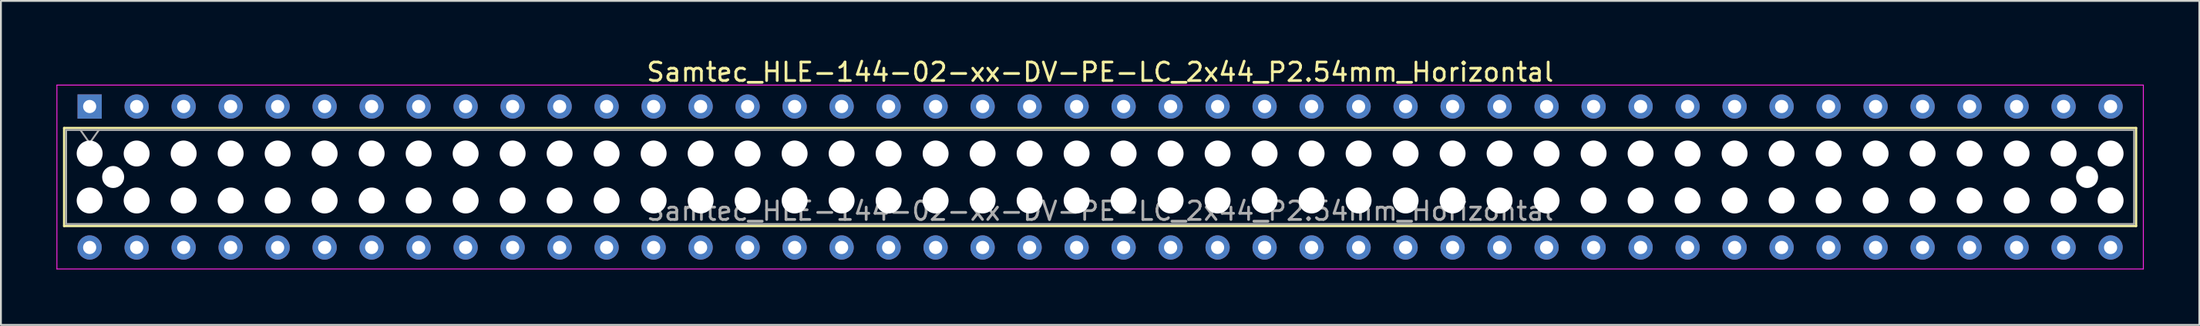
<source format=kicad_pcb>
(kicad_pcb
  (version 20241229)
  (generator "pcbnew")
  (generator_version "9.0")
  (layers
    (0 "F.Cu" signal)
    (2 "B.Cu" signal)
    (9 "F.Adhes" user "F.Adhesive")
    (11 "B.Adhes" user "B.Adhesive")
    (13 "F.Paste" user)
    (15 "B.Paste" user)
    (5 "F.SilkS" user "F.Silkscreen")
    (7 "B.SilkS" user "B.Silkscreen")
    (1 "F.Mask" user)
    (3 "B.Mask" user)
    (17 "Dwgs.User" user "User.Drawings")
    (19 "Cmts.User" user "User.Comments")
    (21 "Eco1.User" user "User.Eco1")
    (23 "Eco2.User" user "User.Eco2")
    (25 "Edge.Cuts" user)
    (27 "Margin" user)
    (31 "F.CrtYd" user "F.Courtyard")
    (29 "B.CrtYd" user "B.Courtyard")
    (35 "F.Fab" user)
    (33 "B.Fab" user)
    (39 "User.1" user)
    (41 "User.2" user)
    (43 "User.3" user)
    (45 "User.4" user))
  (footprint "Samtec_HLE-144-02-xx-DV-PE-LC_2x44_P2.54mm_Horizontal"
    (layer "F.Cu")
    (at 1.795 2.708)
    (property "Reference" "Samtec_HLE-144-02-xx-DV-PE-LC_2x44_P2.54mm_Horizontal" (at 54.61 -1.86 0) (layer "F.SilkS") (effects (font (size 1 1) (thickness 0.15))))
    (attr through_hole)
    (fp_line (start -1.38 1.16) (end 110.6 1.16) (stroke (width 0.12) (type solid)) (layer "F.SilkS"))
    (fp_line (start -1.38 6.46) (end -1.38 1.16) (stroke (width 0.12) (type solid)) (layer "F.SilkS"))
    (fp_line (start 110.6 1.16) (end 110.6 6.46) (stroke (width 0.12) (type solid)) (layer "F.SilkS"))
    (fp_line (start 110.6 6.46) (end -1.38 6.46) (stroke (width 0.12) (type solid)) (layer "F.SilkS"))
    (fp_line (start -1.77 -1.16) (end 110.99 -1.16) (stroke (width 0.05) (type solid)) (layer "F.CrtYd"))
    (fp_line (start -1.77 8.78) (end -1.77 -1.16) (stroke (width 0.05) (type solid)) (layer "F.CrtYd"))
    (fp_line (start 110.99 -1.16) (end 110.99 8.78) (stroke (width 0.05) (type solid)) (layer "F.CrtYd"))
    (fp_line (start 110.99 8.78) (end -1.77 8.78) (stroke (width 0.05) (type solid)) (layer "F.CrtYd"))
    (fp_line (start -1.27 1.27) (end 110.49 1.27) (stroke (width 0.1) (type solid)) (layer "F.Fab"))
    (fp_line (start -1.27 6.35) (end -1.27 1.27) (stroke (width 0.1) (type solid)) (layer "F.Fab"))
    (fp_line (start -0.5 1.27) (end 0 1.977) (stroke (width 0.1) (type solid)) (layer "F.Fab"))
    (fp_line (start 0 1.977) (end 0.5 1.27) (stroke (width 0.1) (type solid)) (layer "F.Fab"))
    (fp_line (start 110.49 1.27) (end 110.49 6.35) (stroke (width 0.1) (type solid)) (layer "F.Fab"))
    (fp_line (start 110.49 6.35) (end -1.27 6.35) (stroke (width 0.1) (type solid)) (layer "F.Fab"))
    (fp_text user "${REFERENCE}" (at 54.61 5.65 0) (layer "F.Fab") (effects (font (size 1 1) (thickness 0.15))))
    (pad "" np_thru_hole circle (at 0 2.54) (size 1.4 1.4) (drill 1.4) (layers "*.Cu" "*.Mask"))
    (pad "" np_thru_hole circle (at 0 5.08) (size 1.4 1.4) (drill 1.4) (layers "*.Cu" "*.Mask"))
    (pad "" np_thru_hole circle (at 1.27 3.81) (size 1.19 1.19) (drill 1.19) (layers "*.Cu" "*.Mask"))
    (pad "" np_thru_hole circle (at 2.54 2.54) (size 1.4 1.4) (drill 1.4) (layers "*.Cu" "*.Mask"))
    (pad "" np_thru_hole circle (at 2.54 5.08) (size 1.4 1.4) (drill 1.4) (layers "*.Cu" "*.Mask"))
    (pad "" np_thru_hole circle (at 5.08 2.54) (size 1.4 1.4) (drill 1.4) (layers "*.Cu" "*.Mask"))
    (pad "" np_thru_hole circle (at 5.08 5.08) (size 1.4 1.4) (drill 1.4) (layers "*.Cu" "*.Mask"))
    (pad "" np_thru_hole circle (at 7.62 2.54) (size 1.4 1.4) (drill 1.4) (layers "*.Cu" "*.Mask"))
    (pad "" np_thru_hole circle (at 7.62 5.08) (size 1.4 1.4) (drill 1.4) (layers "*.Cu" "*.Mask"))
    (pad "" np_thru_hole circle (at 10.16 2.54) (size 1.4 1.4) (drill 1.4) (layers "*.Cu" "*.Mask"))
    (pad "" np_thru_hole circle (at 10.16 5.08) (size 1.4 1.4) (drill 1.4) (layers "*.Cu" "*.Mask"))
    (pad "" np_thru_hole circle (at 12.7 2.54) (size 1.4 1.4) (drill 1.4) (layers "*.Cu" "*.Mask"))
    (pad "" np_thru_hole circle (at 12.7 5.08) (size 1.4 1.4) (drill 1.4) (layers "*.Cu" "*.Mask"))
    (pad "" np_thru_hole circle (at 15.24 2.54) (size 1.4 1.4) (drill 1.4) (layers "*.Cu" "*.Mask"))
    (pad "" np_thru_hole circle (at 15.24 5.08) (size 1.4 1.4) (drill 1.4) (layers "*.Cu" "*.Mask"))
    (pad "" np_thru_hole circle (at 17.78 2.54) (size 1.4 1.4) (drill 1.4) (layers "*.Cu" "*.Mask"))
    (pad "" np_thru_hole circle (at 17.78 5.08) (size 1.4 1.4) (drill 1.4) (layers "*.Cu" "*.Mask"))
    (pad "" np_thru_hole circle (at 20.32 2.54) (size 1.4 1.4) (drill 1.4) (layers "*.Cu" "*.Mask"))
    (pad "" np_thru_hole circle (at 20.32 5.08) (size 1.4 1.4) (drill 1.4) (layers "*.Cu" "*.Mask"))
    (pad "" np_thru_hole circle (at 22.86 2.54) (size 1.4 1.4) (drill 1.4) (layers "*.Cu" "*.Mask"))
    (pad "" np_thru_hole circle (at 22.86 5.08) (size 1.4 1.4) (drill 1.4) (layers "*.Cu" "*.Mask"))
    (pad "" np_thru_hole circle (at 25.4 2.54) (size 1.4 1.4) (drill 1.4) (layers "*.Cu" "*.Mask"))
    (pad "" np_thru_hole circle (at 25.4 5.08) (size 1.4 1.4) (drill 1.4) (layers "*.Cu" "*.Mask"))
    (pad "" np_thru_hole circle (at 27.94 2.54) (size 1.4 1.4) (drill 1.4) (layers "*.Cu" "*.Mask"))
    (pad "" np_thru_hole circle (at 27.94 5.08) (size 1.4 1.4) (drill 1.4) (layers "*.Cu" "*.Mask"))
    (pad "" np_thru_hole circle (at 30.48 2.54) (size 1.4 1.4) (drill 1.4) (layers "*.Cu" "*.Mask"))
    (pad "" np_thru_hole circle (at 30.48 5.08) (size 1.4 1.4) (drill 1.4) (layers "*.Cu" "*.Mask"))
    (pad "" np_thru_hole circle (at 33.02 2.54) (size 1.4 1.4) (drill 1.4) (layers "*.Cu" "*.Mask"))
    (pad "" np_thru_hole circle (at 33.02 5.08) (size 1.4 1.4) (drill 1.4) (layers "*.Cu" "*.Mask"))
    (pad "" np_thru_hole circle (at 35.56 2.54) (size 1.4 1.4) (drill 1.4) (layers "*.Cu" "*.Mask"))
    (pad "" np_thru_hole circle (at 35.56 5.08) (size 1.4 1.4) (drill 1.4) (layers "*.Cu" "*.Mask"))
    (pad "" np_thru_hole circle (at 38.1 2.54) (size 1.4 1.4) (drill 1.4) (layers "*.Cu" "*.Mask"))
    (pad "" np_thru_hole circle (at 38.1 5.08) (size 1.4 1.4) (drill 1.4) (layers "*.Cu" "*.Mask"))
    (pad "" np_thru_hole circle (at 40.64 2.54) (size 1.4 1.4) (drill 1.4) (layers "*.Cu" "*.Mask"))
    (pad "" np_thru_hole circle (at 40.64 5.08) (size 1.4 1.4) (drill 1.4) (layers "*.Cu" "*.Mask"))
    (pad "" np_thru_hole circle (at 43.18 2.54) (size 1.4 1.4) (drill 1.4) (layers "*.Cu" "*.Mask"))
    (pad "" np_thru_hole circle (at 43.18 5.08) (size 1.4 1.4) (drill 1.4) (layers "*.Cu" "*.Mask"))
    (pad "" np_thru_hole circle (at 45.72 2.54) (size 1.4 1.4) (drill 1.4) (layers "*.Cu" "*.Mask"))
    (pad "" np_thru_hole circle (at 45.72 5.08) (size 1.4 1.4) (drill 1.4) (layers "*.Cu" "*.Mask"))
    (pad "" np_thru_hole circle (at 48.26 2.54) (size 1.4 1.4) (drill 1.4) (layers "*.Cu" "*.Mask"))
    (pad "" np_thru_hole circle (at 48.26 5.08) (size 1.4 1.4) (drill 1.4) (layers "*.Cu" "*.Mask"))
    (pad "" np_thru_hole circle (at 50.8 2.54) (size 1.4 1.4) (drill 1.4) (layers "*.Cu" "*.Mask"))
    (pad "" np_thru_hole circle (at 50.8 5.08) (size 1.4 1.4) (drill 1.4) (layers "*.Cu" "*.Mask"))
    (pad "" np_thru_hole circle (at 53.34 2.54) (size 1.4 1.4) (drill 1.4) (layers "*.Cu" "*.Mask"))
    (pad "" np_thru_hole circle (at 53.34 5.08) (size 1.4 1.4) (drill 1.4) (layers "*.Cu" "*.Mask"))
    (pad "" np_thru_hole circle (at 55.88 2.54) (size 1.4 1.4) (drill 1.4) (layers "*.Cu" "*.Mask"))
    (pad "" np_thru_hole circle (at 55.88 5.08) (size 1.4 1.4) (drill 1.4) (layers "*.Cu" "*.Mask"))
    (pad "" np_thru_hole circle (at 58.42 2.54) (size 1.4 1.4) (drill 1.4) (layers "*.Cu" "*.Mask"))
    (pad "" np_thru_hole circle (at 58.42 5.08) (size 1.4 1.4) (drill 1.4) (layers "*.Cu" "*.Mask"))
    (pad "" np_thru_hole circle (at 60.96 2.54) (size 1.4 1.4) (drill 1.4) (layers "*.Cu" "*.Mask"))
    (pad "" np_thru_hole circle (at 60.96 5.08) (size 1.4 1.4) (drill 1.4) (layers "*.Cu" "*.Mask"))
    (pad "" np_thru_hole circle (at 63.5 2.54) (size 1.4 1.4) (drill 1.4) (layers "*.Cu" "*.Mask"))
    (pad "" np_thru_hole circle (at 63.5 5.08) (size 1.4 1.4) (drill 1.4) (layers "*.Cu" "*.Mask"))
    (pad "" np_thru_hole circle (at 66.04 2.54) (size 1.4 1.4) (drill 1.4) (layers "*.Cu" "*.Mask"))
    (pad "" np_thru_hole circle (at 66.04 5.08) (size 1.4 1.4) (drill 1.4) (layers "*.Cu" "*.Mask"))
    (pad "" np_thru_hole circle (at 68.58 2.54) (size 1.4 1.4) (drill 1.4) (layers "*.Cu" "*.Mask"))
    (pad "" np_thru_hole circle (at 68.58 5.08) (size 1.4 1.4) (drill 1.4) (layers "*.Cu" "*.Mask"))
    (pad "" np_thru_hole circle (at 71.12 2.54) (size 1.4 1.4) (drill 1.4) (layers "*.Cu" "*.Mask"))
    (pad "" np_thru_hole circle (at 71.12 5.08) (size 1.4 1.4) (drill 1.4) (layers "*.Cu" "*.Mask"))
    (pad "" np_thru_hole circle (at 73.66 2.54) (size 1.4 1.4) (drill 1.4) (layers "*.Cu" "*.Mask"))
    (pad "" np_thru_hole circle (at 73.66 5.08) (size 1.4 1.4) (drill 1.4) (layers "*.Cu" "*.Mask"))
    (pad "" np_thru_hole circle (at 76.2 2.54) (size 1.4 1.4) (drill 1.4) (layers "*.Cu" "*.Mask"))
    (pad "" np_thru_hole circle (at 76.2 5.08) (size 1.4 1.4) (drill 1.4) (layers "*.Cu" "*.Mask"))
    (pad "" np_thru_hole circle (at 78.74 2.54) (size 1.4 1.4) (drill 1.4) (layers "*.Cu" "*.Mask"))
    (pad "" np_thru_hole circle (at 78.74 5.08) (size 1.4 1.4) (drill 1.4) (layers "*.Cu" "*.Mask"))
    (pad "" np_thru_hole circle (at 81.28 2.54) (size 1.4 1.4) (drill 1.4) (layers "*.Cu" "*.Mask"))
    (pad "" np_thru_hole circle (at 81.28 5.08) (size 1.4 1.4) (drill 1.4) (layers "*.Cu" "*.Mask"))
    (pad "" np_thru_hole circle (at 83.82 2.54) (size 1.4 1.4) (drill 1.4) (layers "*.Cu" "*.Mask"))
    (pad "" np_thru_hole circle (at 83.82 5.08) (size 1.4 1.4) (drill 1.4) (layers "*.Cu" "*.Mask"))
    (pad "" np_thru_hole circle (at 86.36 2.54) (size 1.4 1.4) (drill 1.4) (layers "*.Cu" "*.Mask"))
    (pad "" np_thru_hole circle (at 86.36 5.08) (size 1.4 1.4) (drill 1.4) (layers "*.Cu" "*.Mask"))
    (pad "" np_thru_hole circle (at 88.9 2.54) (size 1.4 1.4) (drill 1.4) (layers "*.Cu" "*.Mask"))
    (pad "" np_thru_hole circle (at 88.9 5.08) (size 1.4 1.4) (drill 1.4) (layers "*.Cu" "*.Mask"))
    (pad "" np_thru_hole circle (at 91.44 2.54) (size 1.4 1.4) (drill 1.4) (layers "*.Cu" "*.Mask"))
    (pad "" np_thru_hole circle (at 91.44 5.08) (size 1.4 1.4) (drill 1.4) (layers "*.Cu" "*.Mask"))
    (pad "" np_thru_hole circle (at 93.98 2.54) (size 1.4 1.4) (drill 1.4) (layers "*.Cu" "*.Mask"))
    (pad "" np_thru_hole circle (at 93.98 5.08) (size 1.4 1.4) (drill 1.4) (layers "*.Cu" "*.Mask"))
    (pad "" np_thru_hole circle (at 96.52 2.54) (size 1.4 1.4) (drill 1.4) (layers "*.Cu" "*.Mask"))
    (pad "" np_thru_hole circle (at 96.52 5.08) (size 1.4 1.4) (drill 1.4) (layers "*.Cu" "*.Mask"))
    (pad "" np_thru_hole circle (at 99.06 2.54) (size 1.4 1.4) (drill 1.4) (layers "*.Cu" "*.Mask"))
    (pad "" np_thru_hole circle (at 99.06 5.08) (size 1.4 1.4) (drill 1.4) (layers "*.Cu" "*.Mask"))
    (pad "" np_thru_hole circle (at 101.6 2.54) (size 1.4 1.4) (drill 1.4) (layers "*.Cu" "*.Mask"))
    (pad "" np_thru_hole circle (at 101.6 5.08) (size 1.4 1.4) (drill 1.4) (layers "*.Cu" "*.Mask"))
    (pad "" np_thru_hole circle (at 104.14 2.54) (size 1.4 1.4) (drill 1.4) (layers "*.Cu" "*.Mask"))
    (pad "" np_thru_hole circle (at 104.14 5.08) (size 1.4 1.4) (drill 1.4) (layers "*.Cu" "*.Mask"))
    (pad "" np_thru_hole circle (at 106.68 2.54) (size 1.4 1.4) (drill 1.4) (layers "*.Cu" "*.Mask"))
    (pad "" np_thru_hole circle (at 106.68 5.08) (size 1.4 1.4) (drill 1.4) (layers "*.Cu" "*.Mask"))
    (pad "" np_thru_hole circle (at 107.95 3.81) (size 1.19 1.19) (drill 1.19) (layers "*.Cu" "*.Mask"))
    (pad "" np_thru_hole circle (at 109.22 2.54) (size 1.4 1.4) (drill 1.4) (layers "*.Cu" "*.Mask"))
    (pad "" np_thru_hole circle (at 109.22 5.08) (size 1.4 1.4) (drill 1.4) (layers "*.Cu" "*.Mask"))
    (pad "1" thru_hole rect (at 0 0) (size 1.31 1.31) (drill 0.71) (layers "*.Cu" "*.Mask"))
    (pad "2" thru_hole circle (at 0 7.62) (size 1.31 1.31) (drill 0.71) (layers "*.Cu" "*.Mask"))
    (pad "3" thru_hole circle (at 2.54 0) (size 1.31 1.31) (drill 0.71) (layers "*.Cu" "*.Mask"))
    (pad "4" thru_hole circle (at 2.54 7.62) (size 1.31 1.31) (drill 0.71) (layers "*.Cu" "*.Mask"))
    (pad "5" thru_hole circle (at 5.08 0) (size 1.31 1.31) (drill 0.71) (layers "*.Cu" "*.Mask"))
    (pad "6" thru_hole circle (at 5.08 7.62) (size 1.31 1.31) (drill 0.71) (layers "*.Cu" "*.Mask"))
    (pad "7" thru_hole circle (at 7.62 0) (size 1.31 1.31) (drill 0.71) (layers "*.Cu" "*.Mask"))
    (pad "8" thru_hole circle (at 7.62 7.62) (size 1.31 1.31) (drill 0.71) (layers "*.Cu" "*.Mask"))
    (pad "9" thru_hole circle (at 10.16 0) (size 1.31 1.31) (drill 0.71) (layers "*.Cu" "*.Mask"))
    (pad "10" thru_hole circle (at 10.16 7.62) (size 1.31 1.31) (drill 0.71) (layers "*.Cu" "*.Mask"))
    (pad "11" thru_hole circle (at 12.7 0) (size 1.31 1.31) (drill 0.71) (layers "*.Cu" "*.Mask"))
    (pad "12" thru_hole circle (at 12.7 7.62) (size 1.31 1.31) (drill 0.71) (layers "*.Cu" "*.Mask"))
    (pad "13" thru_hole circle (at 15.24 0) (size 1.31 1.31) (drill 0.71) (layers "*.Cu" "*.Mask"))
    (pad "14" thru_hole circle (at 15.24 7.62) (size 1.31 1.31) (drill 0.71) (layers "*.Cu" "*.Mask"))
    (pad "15" thru_hole circle (at 17.78 0) (size 1.31 1.31) (drill 0.71) (layers "*.Cu" "*.Mask"))
    (pad "16" thru_hole circle (at 17.78 7.62) (size 1.31 1.31) (drill 0.71) (layers "*.Cu" "*.Mask"))
    (pad "17" thru_hole circle (at 20.32 0) (size 1.31 1.31) (drill 0.71) (layers "*.Cu" "*.Mask"))
    (pad "18" thru_hole circle (at 20.32 7.62) (size 1.31 1.31) (drill 0.71) (layers "*.Cu" "*.Mask"))
    (pad "19" thru_hole circle (at 22.86 0) (size 1.31 1.31) (drill 0.71) (layers "*.Cu" "*.Mask"))
    (pad "20" thru_hole circle (at 22.86 7.62) (size 1.31 1.31) (drill 0.71) (layers "*.Cu" "*.Mask"))
    (pad "21" thru_hole circle (at 25.4 0) (size 1.31 1.31) (drill 0.71) (layers "*.Cu" "*.Mask"))
    (pad "22" thru_hole circle (at 25.4 7.62) (size 1.31 1.31) (drill 0.71) (layers "*.Cu" "*.Mask"))
    (pad "23" thru_hole circle (at 27.94 0) (size 1.31 1.31) (drill 0.71) (layers "*.Cu" "*.Mask"))
    (pad "24" thru_hole circle (at 27.94 7.62) (size 1.31 1.31) (drill 0.71) (layers "*.Cu" "*.Mask"))
    (pad "25" thru_hole circle (at 30.48 0) (size 1.31 1.31) (drill 0.71) (layers "*.Cu" "*.Mask"))
    (pad "26" thru_hole circle (at 30.48 7.62) (size 1.31 1.31) (drill 0.71) (layers "*.Cu" "*.Mask"))
    (pad "27" thru_hole circle (at 33.02 0) (size 1.31 1.31) (drill 0.71) (layers "*.Cu" "*.Mask"))
    (pad "28" thru_hole circle (at 33.02 7.62) (size 1.31 1.31) (drill 0.71) (layers "*.Cu" "*.Mask"))
    (pad "29" thru_hole circle (at 35.56 0) (size 1.31 1.31) (drill 0.71) (layers "*.Cu" "*.Mask"))
    (pad "30" thru_hole circle (at 35.56 7.62) (size 1.31 1.31) (drill 0.71) (layers "*.Cu" "*.Mask"))
    (pad "31" thru_hole circle (at 38.1 0) (size 1.31 1.31) (drill 0.71) (layers "*.Cu" "*.Mask"))
    (pad "32" thru_hole circle (at 38.1 7.62) (size 1.31 1.31) (drill 0.71) (layers "*.Cu" "*.Mask"))
    (pad "33" thru_hole circle (at 40.64 0) (size 1.31 1.31) (drill 0.71) (layers "*.Cu" "*.Mask"))
    (pad "34" thru_hole circle (at 40.64 7.62) (size 1.31 1.31) (drill 0.71) (layers "*.Cu" "*.Mask"))
    (pad "35" thru_hole circle (at 43.18 0) (size 1.31 1.31) (drill 0.71) (layers "*.Cu" "*.Mask"))
    (pad "36" thru_hole circle (at 43.18 7.62) (size 1.31 1.31) (drill 0.71) (layers "*.Cu" "*.Mask"))
    (pad "37" thru_hole circle (at 45.72 0) (size 1.31 1.31) (drill 0.71) (layers "*.Cu" "*.Mask"))
    (pad "38" thru_hole circle (at 45.72 7.62) (size 1.31 1.31) (drill 0.71) (layers "*.Cu" "*.Mask"))
    (pad "39" thru_hole circle (at 48.26 0) (size 1.31 1.31) (drill 0.71) (layers "*.Cu" "*.Mask"))
    (pad "40" thru_hole circle (at 48.26 7.62) (size 1.31 1.31) (drill 0.71) (layers "*.Cu" "*.Mask"))
    (pad "41" thru_hole circle (at 50.8 0) (size 1.31 1.31) (drill 0.71) (layers "*.Cu" "*.Mask"))
    (pad "42" thru_hole circle (at 50.8 7.62) (size 1.31 1.31) (drill 0.71) (layers "*.Cu" "*.Mask"))
    (pad "43" thru_hole circle (at 53.34 0) (size 1.31 1.31) (drill 0.71) (layers "*.Cu" "*.Mask"))
    (pad "44" thru_hole circle (at 53.34 7.62) (size 1.31 1.31) (drill 0.71) (layers "*.Cu" "*.Mask"))
    (pad "45" thru_hole circle (at 55.88 0) (size 1.31 1.31) (drill 0.71) (layers "*.Cu" "*.Mask"))
    (pad "46" thru_hole circle (at 55.88 7.62) (size 1.31 1.31) (drill 0.71) (layers "*.Cu" "*.Mask"))
    (pad "47" thru_hole circle (at 58.42 0) (size 1.31 1.31) (drill 0.71) (layers "*.Cu" "*.Mask"))
    (pad "48" thru_hole circle (at 58.42 7.62) (size 1.31 1.31) (drill 0.71) (layers "*.Cu" "*.Mask"))
    (pad "49" thru_hole circle (at 60.96 0) (size 1.31 1.31) (drill 0.71) (layers "*.Cu" "*.Mask"))
    (pad "50" thru_hole circle (at 60.96 7.62) (size 1.31 1.31) (drill 0.71) (layers "*.Cu" "*.Mask"))
    (pad "51" thru_hole circle (at 63.5 0) (size 1.31 1.31) (drill 0.71) (layers "*.Cu" "*.Mask"))
    (pad "52" thru_hole circle (at 63.5 7.62) (size 1.31 1.31) (drill 0.71) (layers "*.Cu" "*.Mask"))
    (pad "53" thru_hole circle (at 66.04 0) (size 1.31 1.31) (drill 0.71) (layers "*.Cu" "*.Mask"))
    (pad "54" thru_hole circle (at 66.04 7.62) (size 1.31 1.31) (drill 0.71) (layers "*.Cu" "*.Mask"))
    (pad "55" thru_hole circle (at 68.58 0) (size 1.31 1.31) (drill 0.71) (layers "*.Cu" "*.Mask"))
    (pad "56" thru_hole circle (at 68.58 7.62) (size 1.31 1.31) (drill 0.71) (layers "*.Cu" "*.Mask"))
    (pad "57" thru_hole circle (at 71.12 0) (size 1.31 1.31) (drill 0.71) (layers "*.Cu" "*.Mask"))
    (pad "58" thru_hole circle (at 71.12 7.62) (size 1.31 1.31) (drill 0.71) (layers "*.Cu" "*.Mask"))
    (pad "59" thru_hole circle (at 73.66 0) (size 1.31 1.31) (drill 0.71) (layers "*.Cu" "*.Mask"))
    (pad "60" thru_hole circle (at 73.66 7.62) (size 1.31 1.31) (drill 0.71) (layers "*.Cu" "*.Mask"))
    (pad "61" thru_hole circle (at 76.2 0) (size 1.31 1.31) (drill 0.71) (layers "*.Cu" "*.Mask"))
    (pad "62" thru_hole circle (at 76.2 7.62) (size 1.31 1.31) (drill 0.71) (layers "*.Cu" "*.Mask"))
    (pad "63" thru_hole circle (at 78.74 0) (size 1.31 1.31) (drill 0.71) (layers "*.Cu" "*.Mask"))
    (pad "64" thru_hole circle (at 78.74 7.62) (size 1.31 1.31) (drill 0.71) (layers "*.Cu" "*.Mask"))
    (pad "65" thru_hole circle (at 81.28 0) (size 1.31 1.31) (drill 0.71) (layers "*.Cu" "*.Mask"))
    (pad "66" thru_hole circle (at 81.28 7.62) (size 1.31 1.31) (drill 0.71) (layers "*.Cu" "*.Mask"))
    (pad "67" thru_hole circle (at 83.82 0) (size 1.31 1.31) (drill 0.71) (layers "*.Cu" "*.Mask"))
    (pad "68" thru_hole circle (at 83.82 7.62) (size 1.31 1.31) (drill 0.71) (layers "*.Cu" "*.Mask"))
    (pad "69" thru_hole circle (at 86.36 0) (size 1.31 1.31) (drill 0.71) (layers "*.Cu" "*.Mask"))
    (pad "70" thru_hole circle (at 86.36 7.62) (size 1.31 1.31) (drill 0.71) (layers "*.Cu" "*.Mask"))
    (pad "71" thru_hole circle (at 88.9 0) (size 1.31 1.31) (drill 0.71) (layers "*.Cu" "*.Mask"))
    (pad "72" thru_hole circle (at 88.9 7.62) (size 1.31 1.31) (drill 0.71) (layers "*.Cu" "*.Mask"))
    (pad "73" thru_hole circle (at 91.44 0) (size 1.31 1.31) (drill 0.71) (layers "*.Cu" "*.Mask"))
    (pad "74" thru_hole circle (at 91.44 7.62) (size 1.31 1.31) (drill 0.71) (layers "*.Cu" "*.Mask"))
    (pad "75" thru_hole circle (at 93.98 0) (size 1.31 1.31) (drill 0.71) (layers "*.Cu" "*.Mask"))
    (pad "76" thru_hole circle (at 93.98 7.62) (size 1.31 1.31) (drill 0.71) (layers "*.Cu" "*.Mask"))
    (pad "77" thru_hole circle (at 96.52 0) (size 1.31 1.31) (drill 0.71) (layers "*.Cu" "*.Mask"))
    (pad "78" thru_hole circle (at 96.52 7.62) (size 1.31 1.31) (drill 0.71) (layers "*.Cu" "*.Mask"))
    (pad "79" thru_hole circle (at 99.06 0) (size 1.31 1.31) (drill 0.71) (layers "*.Cu" "*.Mask"))
    (pad "80" thru_hole circle (at 99.06 7.62) (size 1.31 1.31) (drill 0.71) (layers "*.Cu" "*.Mask"))
    (pad "81" thru_hole circle (at 101.6 0) (size 1.31 1.31) (drill 0.71) (layers "*.Cu" "*.Mask"))
    (pad "82" thru_hole circle (at 101.6 7.62) (size 1.31 1.31) (drill 0.71) (layers "*.Cu" "*.Mask"))
    (pad "83" thru_hole circle (at 104.14 0) (size 1.31 1.31) (drill 0.71) (layers "*.Cu" "*.Mask"))
    (pad "84" thru_hole circle (at 104.14 7.62) (size 1.31 1.31) (drill 0.71) (layers "*.Cu" "*.Mask"))
    (pad "85" thru_hole circle (at 106.68 0) (size 1.31 1.31) (drill 0.71) (layers "*.Cu" "*.Mask"))
    (pad "86" thru_hole circle (at 106.68 7.62) (size 1.31 1.31) (drill 0.71) (layers "*.Cu" "*.Mask"))
    (pad "87" thru_hole circle (at 109.22 0) (size 1.31 1.31) (drill 0.71) (layers "*.Cu" "*.Mask"))
    (pad "88" thru_hole circle (at 109.22 7.62) (size 1.31 1.31) (drill 0.71) (layers "*.Cu" "*.Mask")))
  (gr_rect
    (start -3 -3)
    (end 115.81 14.513)
    (stroke (width 0.1) (type default))
    (fill no)
    (layer "Edge.Cuts")))
</source>
